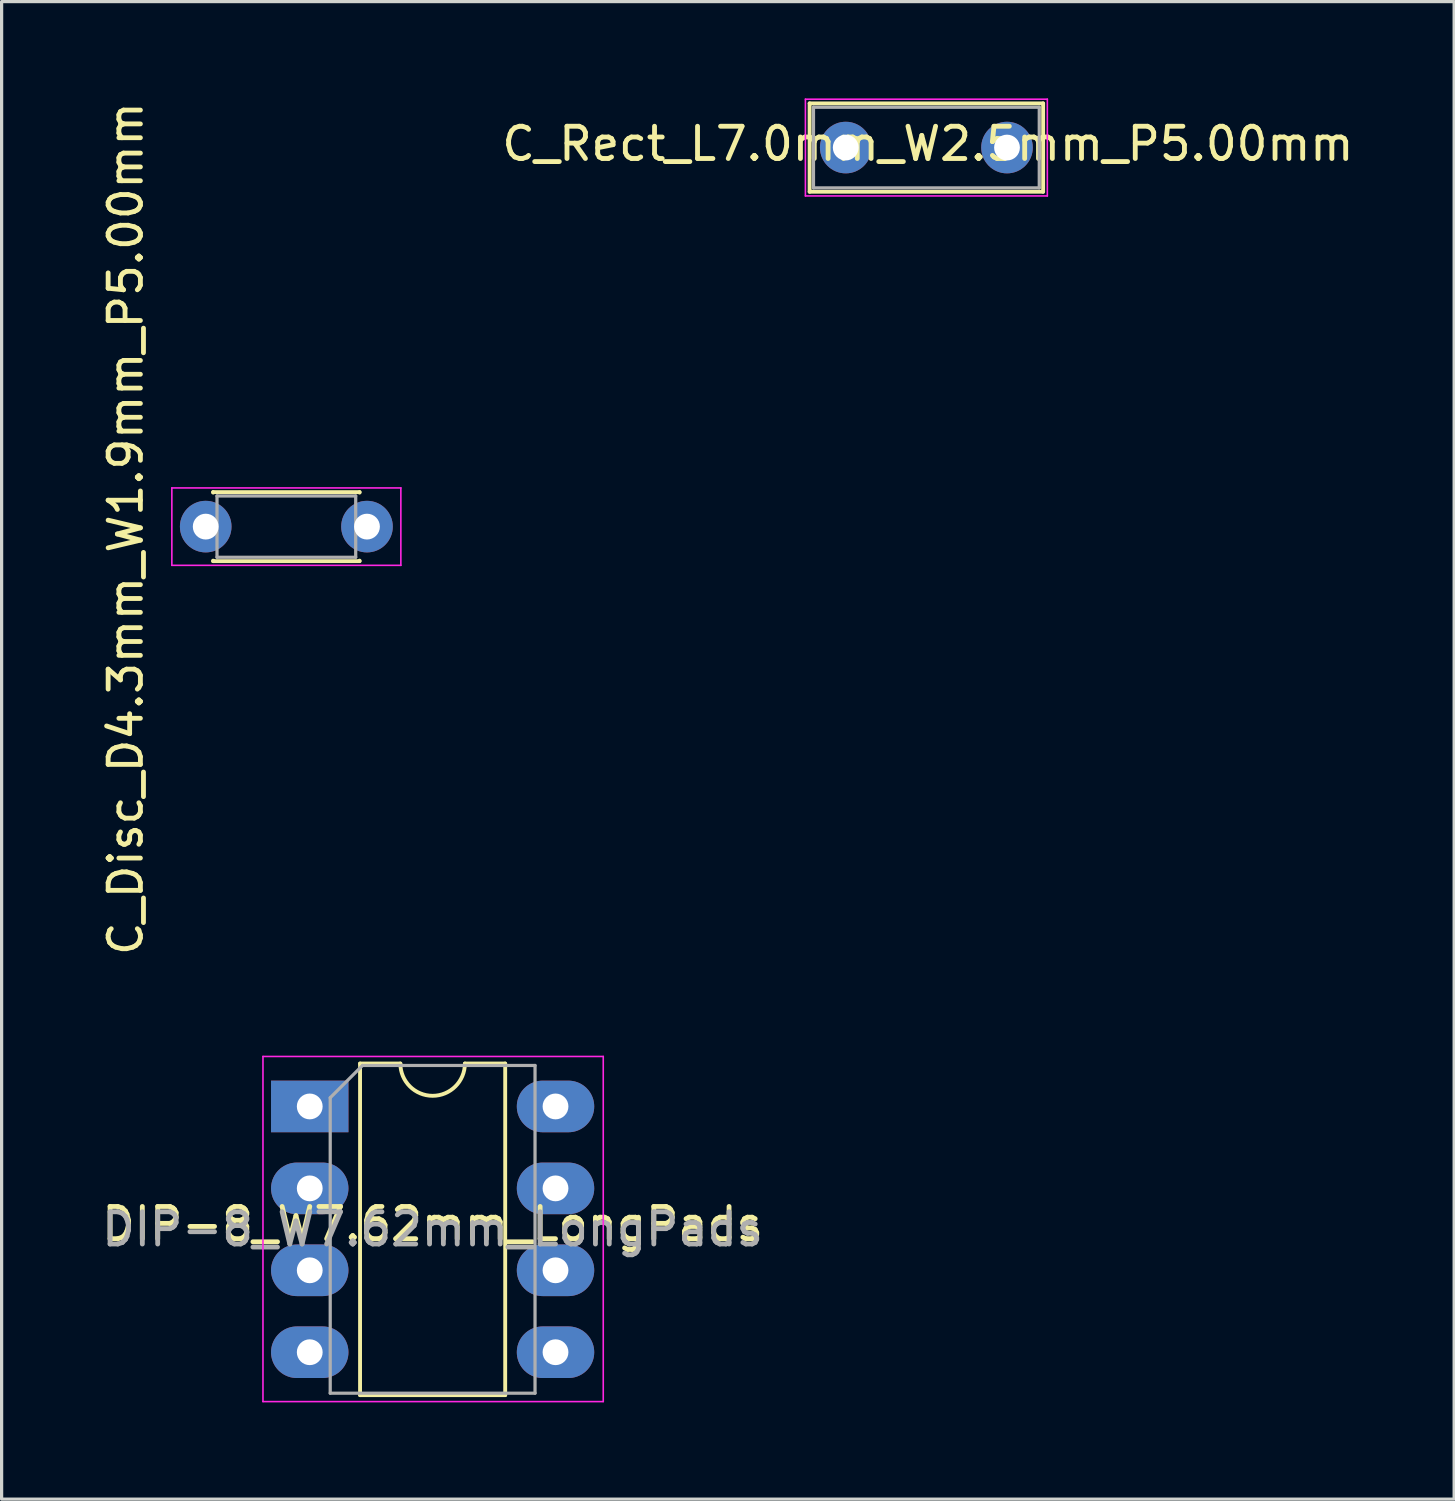
<source format=kicad_pcb>
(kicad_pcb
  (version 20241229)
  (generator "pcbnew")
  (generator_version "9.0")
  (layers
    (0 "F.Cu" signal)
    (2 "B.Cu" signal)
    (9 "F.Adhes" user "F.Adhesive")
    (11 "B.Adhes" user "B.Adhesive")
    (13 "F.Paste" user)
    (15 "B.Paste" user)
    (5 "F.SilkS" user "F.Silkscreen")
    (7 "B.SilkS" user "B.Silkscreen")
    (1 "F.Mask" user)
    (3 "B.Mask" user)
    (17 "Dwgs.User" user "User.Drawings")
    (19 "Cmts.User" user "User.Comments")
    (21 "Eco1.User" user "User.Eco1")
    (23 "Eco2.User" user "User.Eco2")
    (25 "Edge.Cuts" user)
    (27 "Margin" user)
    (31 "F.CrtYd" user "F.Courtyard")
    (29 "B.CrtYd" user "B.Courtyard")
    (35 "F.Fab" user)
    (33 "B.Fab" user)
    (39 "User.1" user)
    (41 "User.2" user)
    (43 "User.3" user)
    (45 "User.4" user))
  (footprint "C_Disc_D4.3mm_W1.9mm_P5.00mm"
    (layer "F.Cu")
    (at 3.328 13.277)
    (property "Reference" "C_Disc_D4.3mm_W1.9mm_P5.00mm" (at -2.48 0.062 90) (layer "F.SilkS") (effects (font (size 1 1) (thickness 0.15))))
    (attr through_hole)
    (fp_line (start 0.23 -1.07) (end 0.23 -1.055) (stroke (width 0.12) (type solid)) (layer "F.SilkS"))
    (fp_line (start 0.23 -1.07) (end 4.77 -1.07) (stroke (width 0.12) (type solid)) (layer "F.SilkS"))
    (fp_line (start 0.23 1.055) (end 0.23 1.07) (stroke (width 0.12) (type solid)) (layer "F.SilkS"))
    (fp_line (start 0.23 1.07) (end 4.77 1.07) (stroke (width 0.12) (type solid)) (layer "F.SilkS"))
    (fp_line (start 4.77 -1.07) (end 4.77 -1.055) (stroke (width 0.12) (type solid)) (layer "F.SilkS"))
    (fp_line (start 4.77 1.055) (end 4.77 1.07) (stroke (width 0.12) (type solid)) (layer "F.SilkS"))
    (fp_line (start -1.05 -1.2) (end -1.05 1.2) (stroke (width 0.05) (type solid)) (layer "F.CrtYd"))
    (fp_line (start -1.05 1.2) (end 6.05 1.2) (stroke (width 0.05) (type solid)) (layer "F.CrtYd"))
    (fp_line (start 6.05 -1.2) (end -1.05 -1.2) (stroke (width 0.05) (type solid)) (layer "F.CrtYd"))
    (fp_line (start 6.05 1.2) (end 6.05 -1.2) (stroke (width 0.05) (type solid)) (layer "F.CrtYd"))
    (fp_line (start 0.35 -0.95) (end 0.35 0.95) (stroke (width 0.1) (type solid)) (layer "F.Fab"))
    (fp_line (start 0.35 0.95) (end 4.65 0.95) (stroke (width 0.1) (type solid)) (layer "F.Fab"))
    (fp_line (start 4.65 -0.95) (end 0.35 -0.95) (stroke (width 0.1) (type solid)) (layer "F.Fab"))
    (fp_line (start 4.65 0.95) (end 4.65 -0.95) (stroke (width 0.1) (type solid)) (layer "F.Fab"))
    (pad "1" thru_hole circle (at 0 0) (size 1.6 1.6) (drill 0.8) (layers "*.Cu" "*.Mask"))
    (pad "2" thru_hole circle (at 5 0) (size 1.6 1.6) (drill 0.8) (layers "*.Cu" "*.Mask")))
  (footprint "DIP-8_W7.62mm_LongPads"
    (layer "F.Cu")
    (at 6.553 31.254)
    (property "Reference" "DIP-8_W7.62mm_LongPads" (at 3.81 3.646 180) (layer "F.SilkS") (effects (font (size 1 1) (thickness 0.15))))
    (attr through_hole)
    (fp_line (start 1.56 -1.33) (end 1.56 8.95) (stroke (width 0.12) (type solid)) (layer "F.SilkS"))
    (fp_line (start 1.56 8.95) (end 6.06 8.95) (stroke (width 0.12) (type solid)) (layer "F.SilkS"))
    (fp_line (start 2.81 -1.33) (end 1.56 -1.33) (stroke (width 0.12) (type solid)) (layer "F.SilkS"))
    (fp_line (start 6.06 -1.33) (end 4.81 -1.33) (stroke (width 0.12) (type solid)) (layer "F.SilkS"))
    (fp_line (start 6.06 8.95) (end 6.06 -1.33) (stroke (width 0.12) (type solid)) (layer "F.SilkS"))
    (fp_arc (start 4.81 -1.33) (mid 3.81 -0.33) (end 2.81 -1.33) (stroke (width 0.12) (type solid)) (layer "F.SilkS"))
    (fp_line (start -1.45 -1.55) (end -1.45 9.15) (stroke (width 0.05) (type solid)) (layer "F.CrtYd"))
    (fp_line (start -1.45 9.15) (end 9.1 9.15) (stroke (width 0.05) (type solid)) (layer "F.CrtYd"))
    (fp_line (start 9.1 -1.55) (end -1.45 -1.55) (stroke (width 0.05) (type solid)) (layer "F.CrtYd"))
    (fp_line (start 9.1 9.15) (end 9.1 -1.55) (stroke (width 0.05) (type solid)) (layer "F.CrtYd"))
    (fp_line (start 0.635 -0.27) (end 1.635 -1.27) (stroke (width 0.1) (type solid)) (layer "F.Fab"))
    (fp_line (start 0.635 8.89) (end 0.635 -0.27) (stroke (width 0.1) (type solid)) (layer "F.Fab"))
    (fp_line (start 1.635 -1.27) (end 6.985 -1.27) (stroke (width 0.1) (type solid)) (layer "F.Fab"))
    (fp_line (start 6.985 -1.27) (end 6.985 8.89) (stroke (width 0.1) (type solid)) (layer "F.Fab"))
    (fp_line (start 6.985 8.89) (end 0.635 8.89) (stroke (width 0.1) (type solid)) (layer "F.Fab"))
    (fp_text user "${REFERENCE}" (at 3.81 3.81 180) (layer "F.Fab") (effects (font (size 1 1) (thickness 0.15))))
    (pad "1" thru_hole rect (at 0 0) (size 2.4 1.6) (drill 0.8) (layers "*.Cu" "*.Mask"))
    (pad "2" thru_hole oval (at 0 2.54) (size 2.4 1.6) (drill 0.8) (layers "*.Cu" "*.Mask"))
    (pad "3" thru_hole oval (at 0 5.08) (size 2.4 1.6) (drill 0.8) (layers "*.Cu" "*.Mask"))
    (pad "4" thru_hole oval (at 0 7.62) (size 2.4 1.6) (drill 0.8) (layers "*.Cu" "*.Mask"))
    (pad "5" thru_hole oval (at 7.62 7.62) (size 2.4 1.6) (drill 0.8) (layers "*.Cu" "*.Mask"))
    (pad "6" thru_hole oval (at 7.62 5.08) (size 2.4 1.6) (drill 0.8) (layers "*.Cu" "*.Mask"))
    (pad "7" thru_hole oval (at 7.62 2.54) (size 2.4 1.6) (drill 0.8) (layers "*.Cu" "*.Mask"))
    (pad "8" thru_hole oval (at 7.62 0) (size 2.4 1.6) (drill 0.8) (layers "*.Cu" "*.Mask")))
  (footprint "C_Rect_L7.0mm_W2.5mm_P5.00mm"
    (layer "F.Cu")
    (at 23.171 1.525)
    (property "Reference" "C_Rect_L7.0mm_W2.5mm_P5.00mm" (at 2.548 -0.116 180) (layer "F.SilkS") (effects (font (size 1 1) (thickness 0.15))))
    (attr through_hole)
    (fp_line (start -1.12 -1.37) (end -1.12 1.37) (stroke (width 0.12) (type solid)) (layer "F.SilkS"))
    (fp_line (start -1.12 -1.37) (end 6.12 -1.37) (stroke (width 0.12) (type solid)) (layer "F.SilkS"))
    (fp_line (start -1.12 1.37) (end 6.12 1.37) (stroke (width 0.12) (type solid)) (layer "F.SilkS"))
    (fp_line (start 6.12 -1.37) (end 6.12 1.37) (stroke (width 0.12) (type solid)) (layer "F.SilkS"))
    (fp_line (start -1.25 -1.5) (end -1.25 1.5) (stroke (width 0.05) (type solid)) (layer "F.CrtYd"))
    (fp_line (start -1.25 1.5) (end 6.25 1.5) (stroke (width 0.05) (type solid)) (layer "F.CrtYd"))
    (fp_line (start 6.25 -1.5) (end -1.25 -1.5) (stroke (width 0.05) (type solid)) (layer "F.CrtYd"))
    (fp_line (start 6.25 1.5) (end 6.25 -1.5) (stroke (width 0.05) (type solid)) (layer "F.CrtYd"))
    (fp_line (start -1 -1.25) (end -1 1.25) (stroke (width 0.1) (type solid)) (layer "F.Fab"))
    (fp_line (start -1 1.25) (end 6 1.25) (stroke (width 0.1) (type solid)) (layer "F.Fab"))
    (fp_line (start 6 -1.25) (end -1 -1.25) (stroke (width 0.1) (type solid)) (layer "F.Fab"))
    (fp_line (start 6 1.25) (end 6 -1.25) (stroke (width 0.1) (type solid)) (layer "F.Fab"))
    (pad "1" thru_hole circle (at 0 0) (size 1.6 1.6) (drill 0.8) (layers "*.Cu" "*.Mask"))
    (pad "2" thru_hole circle (at 5 0) (size 1.6 1.6) (drill 0.8) (layers "*.Cu" "*.Mask")))
  (gr_rect
    (start -3 -3)
    (end 42.034 43.429)
    (stroke (width 0.1) (type default))
    (fill no)
    (layer "Edge.Cuts")))
</source>
